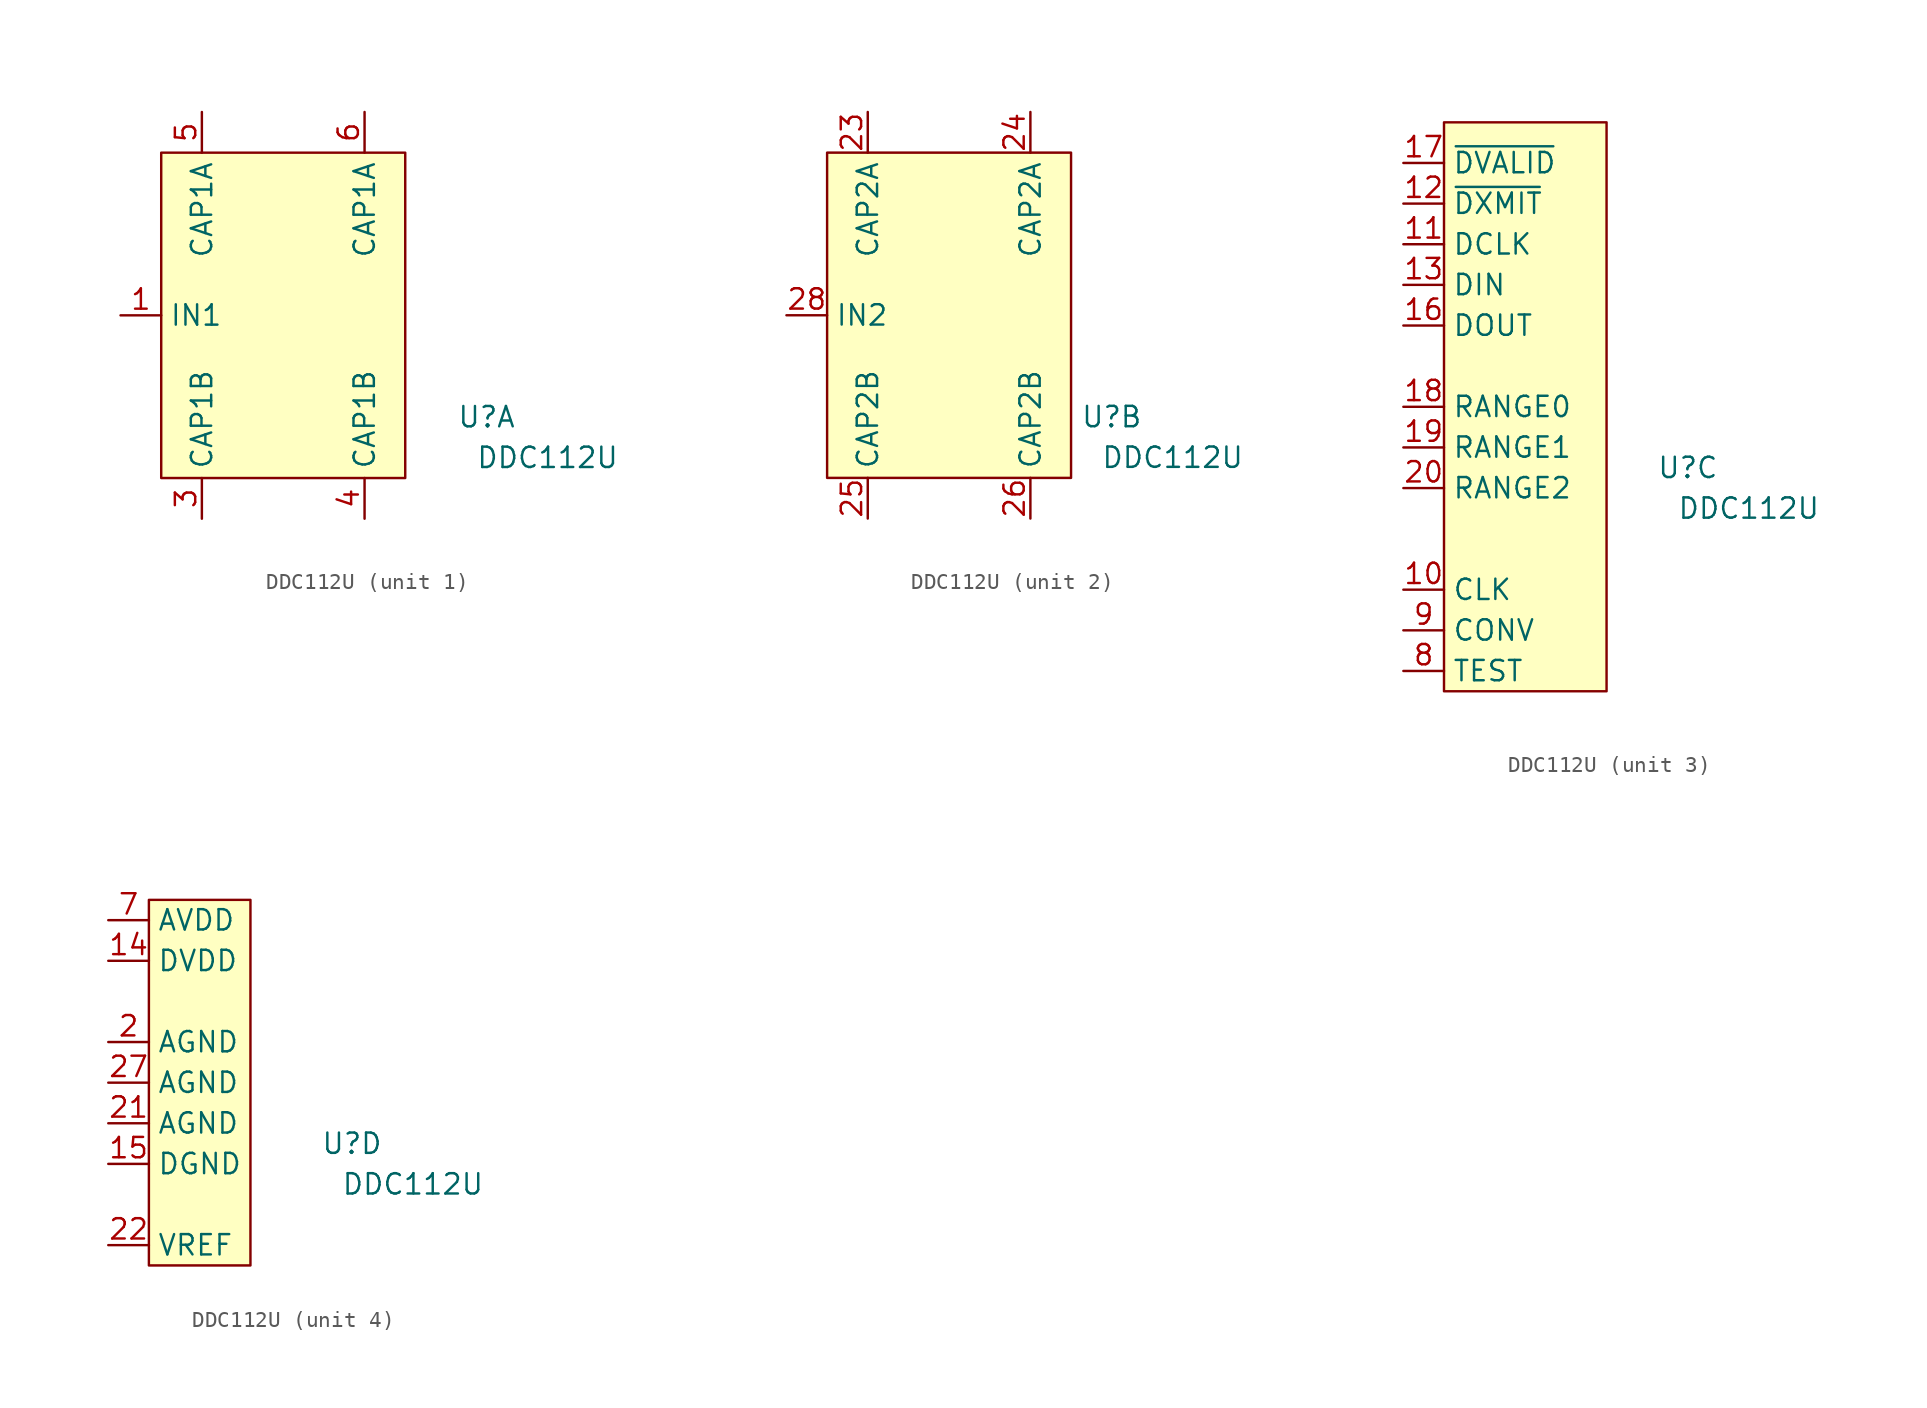
<source format=kicad_sym>
(kicad_symbol_lib
  (version 20211014)
  (generator kicad_symbol_editor)
  (symbol "DDC112U"
    (property "Reference" "U"
      (at 10.16 -6.35 0)
      (effects (font (size 1.27 1.27))))
    (property "Value" "DDC112U"
      (at 13.97 -8.89 0)
      (effects (font (size 1.27 1.27))))
    (property "ki_locked" ""
      (at 0 0 0)
      (effects (font (size 1.27 1.27))))
    (symbol "DDC112U_1_1"
      (rectangle (start -10.16 10.16) (end 5.08 -10.16) (stroke (width 0.152) (type default) (color 0 0 0 0)) (fill (type background)))
      (pin input line (at -12.7 0 0) (length 2.54) (name "IN1" (effects (font (size 1.27 1.27)))) (number "1" (effects (font (size 1.27 1.27)))))
      (pin unspecified line (at -7.62 -12.7 90) (length 2.54) (name "CAP1B" (effects (font (size 1.27 1.27)))) (number "3" (effects (font (size 1.27 1.27)))))
      (pin unspecified line (at 2.54 -12.7 90) (length 2.54) (name "CAP1B" (effects (font (size 1.27 1.27)))) (number "4" (effects (font (size 1.27 1.27)))))
      (pin unspecified line (at -7.62 12.7 270) (length 2.54) (name "CAP1A" (effects (font (size 1.27 1.27)))) (number "5" (effects (font (size 1.27 1.27)))))
      (pin unspecified line (at 2.54 12.7 270) (length 2.54) (name "CAP1A" (effects (font (size 1.27 1.27)))) (number "6" (effects (font (size 1.27 1.27))))))
    (symbol "DDC112U_2_1"
      (rectangle (start -7.62 10.16) (end 7.62 -10.16) (stroke (width 0.152) (type default) (color 0 0 0 0)) (fill (type background)))
      (pin unspecified line (at -5.08 12.7 270) (length 2.54) (name "CAP2A" (effects (font (size 1.27 1.27)))) (number "23" (effects (font (size 1.27 1.27)))))
      (pin unspecified line (at 5.08 12.7 270) (length 2.54) (name "CAP2A" (effects (font (size 1.27 1.27)))) (number "24" (effects (font (size 1.27 1.27)))))
      (pin unspecified line (at -5.08 -12.7 90) (length 2.54) (name "CAP2B" (effects (font (size 1.27 1.27)))) (number "25" (effects (font (size 1.27 1.27)))))
      (pin unspecified line (at 5.08 -12.7 90) (length 2.54) (name "CAP2B" (effects (font (size 1.27 1.27)))) (number "26" (effects (font (size 1.27 1.27)))))
      (pin input line (at -10.16 0 0) (length 2.54) (name "IN2" (effects (font (size 1.27 1.27)))) (number "28" (effects (font (size 1.27 1.27))))))
    (symbol "DDC112U_3_1"
      (rectangle (start -5.08 15.24) (end 5.08 -20.32) (stroke (width 0.152) (type default) (color 0 0 0 0)) (fill (type background)))
      (pin input line (at -7.62 -13.97 0) (length 2.54) (name "CLK" (effects (font (size 1.27 1.27)))) (number "10" (effects (font (size 1.27 1.27)))))
      (pin input line (at -7.62 7.62 0) (length 2.54) (name "DCLK" (effects (font (size 1.27 1.27)))) (number "11" (effects (font (size 1.27 1.27)))))
      (pin input line (at -7.62 10.16 0) (length 2.54) (name "~{DXMIT}" (effects (font (size 1.27 1.27)))) (number "12" (effects (font (size 1.27 1.27)))))
      (pin input line (at -7.62 5.08 0) (length 2.54) (name "DIN" (effects (font (size 1.27 1.27)))) (number "13" (effects (font (size 1.27 1.27)))))
      (pin output line (at -7.62 2.54 0) (length 2.54) (name "DOUT" (effects (font (size 1.27 1.27)))) (number "16" (effects (font (size 1.27 1.27)))))
      (pin output line (at -7.62 12.7 0) (length 2.54) (name "~{DVALID}" (effects (font (size 1.27 1.27)))) (number "17" (effects (font (size 1.27 1.27)))))
      (pin input line (at -7.62 -2.54 0) (length 2.54) (name "RANGE0" (effects (font (size 1.27 1.27)))) (number "18" (effects (font (size 1.27 1.27)))))
      (pin input line (at -7.62 -5.08 0) (length 2.54) (name "RANGE1" (effects (font (size 1.27 1.27)))) (number "19" (effects (font (size 1.27 1.27)))))
      (pin input line (at -7.62 -7.62 0) (length 2.54) (name "RANGE2" (effects (font (size 1.27 1.27)))) (number "20" (effects (font (size 1.27 1.27)))))
      (pin input line (at -7.62 -19.05 0) (length 2.54) (name "TEST" (effects (font (size 1.27 1.27)))) (number "8" (effects (font (size 1.27 1.27)))))
      (pin input line (at -7.62 -16.51 0) (length 2.54) (name "CONV" (effects (font (size 1.27 1.27)))) (number "9" (effects (font (size 1.27 1.27))))))
    (symbol "DDC112U_4_1"
      (rectangle (start -2.54 8.89) (end 3.81 -13.97) (stroke (width 0.152) (type default) (color 0 0 0 0)) (fill (type background)))
      (pin power_in line (at -5.08 5.08 0) (length 2.54) (name "DVDD" (effects (font (size 1.27 1.27)))) (number "14" (effects (font (size 1.27 1.27)))))
      (pin power_in line (at -5.08 -7.62 0) (length 2.54) (name "DGND" (effects (font (size 1.27 1.27)))) (number "15" (effects (font (size 1.27 1.27)))))
      (pin power_in line (at -5.08 0 0) (length 2.54) (name "AGND" (effects (font (size 1.27 1.27)))) (number "2" (effects (font (size 1.27 1.27)))))
      (pin power_in line (at -5.08 -5.08 0) (length 2.54) (name "AGND" (effects (font (size 1.27 1.27)))) (number "21" (effects (font (size 1.27 1.27)))))
      (pin passive line (at -5.08 -12.7 0) (length 2.54) (name "VREF" (effects (font (size 1.27 1.27)))) (number "22" (effects (font (size 1.27 1.27)))))
      (pin power_in line (at -5.08 -2.54 0) (length 2.54) (name "AGND" (effects (font (size 1.27 1.27)))) (number "27" (effects (font (size 1.27 1.27)))))
      (pin power_in line (at -5.08 7.62 0) (length 2.54) (name "AVDD" (effects (font (size 1.27 1.27)))) (number "7" (effects (font (size 1.27 1.27))))))))
</source>
